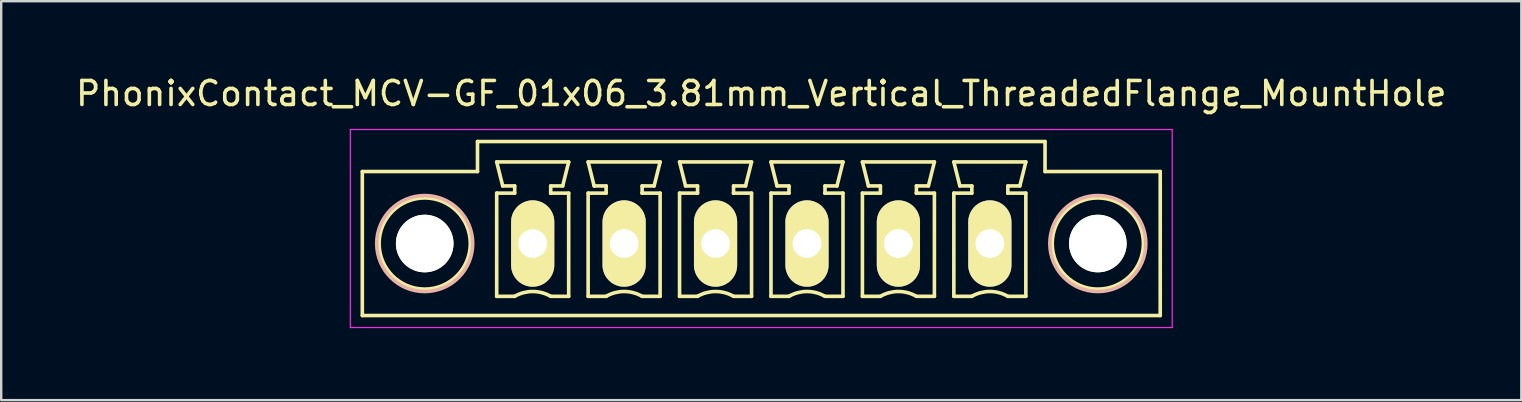
<source format=kicad_pcb>
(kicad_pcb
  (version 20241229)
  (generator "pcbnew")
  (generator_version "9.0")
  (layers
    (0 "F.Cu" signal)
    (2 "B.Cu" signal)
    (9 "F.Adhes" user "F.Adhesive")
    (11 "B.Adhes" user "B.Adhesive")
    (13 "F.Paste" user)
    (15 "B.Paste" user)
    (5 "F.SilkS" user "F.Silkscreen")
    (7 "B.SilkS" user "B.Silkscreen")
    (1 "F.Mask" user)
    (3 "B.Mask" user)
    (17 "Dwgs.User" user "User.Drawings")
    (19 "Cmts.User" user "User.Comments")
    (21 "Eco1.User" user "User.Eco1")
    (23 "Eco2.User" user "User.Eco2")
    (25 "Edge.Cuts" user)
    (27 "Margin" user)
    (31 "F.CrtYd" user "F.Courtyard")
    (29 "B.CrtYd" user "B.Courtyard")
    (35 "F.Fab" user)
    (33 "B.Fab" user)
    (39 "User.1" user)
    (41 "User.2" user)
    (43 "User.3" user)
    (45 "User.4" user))
  (footprint "PhonixContact_MCV-GF_01x06_3.81mm_Vertical_ThreadedFlange_MountHole"
    (layer "F.Cu")
    (at 19.148 7.098)
    (property "Reference" "PhonixContact_MCV-GF_01x06_3.81mm_Vertical_ThreadedFlange_MountHole" (at 9.525 -6.25 0) (layer "F.SilkS") (effects (font (size 1 1) (thickness 0.15))))
    (attr through_hole)
    (fp_line (start -7.1 -3) (end -7.1 3) (stroke (width 0.15) (type solid)) (layer "F.SilkS"))
    (fp_line (start -7.1 3) (end 26.15 3) (stroke (width 0.15) (type solid)) (layer "F.SilkS"))
    (fp_line (start -2.3 -4.25) (end -2.3 -3) (stroke (width 0.15) (type solid)) (layer "F.SilkS"))
    (fp_line (start -2.3 -3) (end -7.1 -3) (stroke (width 0.15) (type solid)) (layer "F.SilkS"))
    (fp_line (start -1.5 -3.4) (end 1.5 -3.4) (stroke (width 0.15) (type solid)) (layer "F.SilkS"))
    (fp_line (start -1.5 -2.1) (end -0.75 -2.1) (stroke (width 0.15) (type solid)) (layer "F.SilkS"))
    (fp_line (start -1.5 2.2) (end -1.5 -2.1) (stroke (width 0.15) (type solid)) (layer "F.SilkS"))
    (fp_line (start -1.25 -2.4) (end -1.5 -3.4) (stroke (width 0.15) (type solid)) (layer "F.SilkS"))
    (fp_line (start -0.75 -2.4) (end -1.25 -2.4) (stroke (width 0.15) (type solid)) (layer "F.SilkS"))
    (fp_line (start -0.75 -2.1) (end -0.75 -2.4) (stroke (width 0.15) (type solid)) (layer "F.SilkS"))
    (fp_line (start -0.75 2.2) (end -1.5 2.2) (stroke (width 0.15) (type solid)) (layer "F.SilkS"))
    (fp_line (start 0.75 -2.4) (end 0.75 -2.1) (stroke (width 0.15) (type solid)) (layer "F.SilkS"))
    (fp_line (start 0.75 -2.1) (end 0.75 -2.1) (stroke (width 0.15) (type solid)) (layer "F.SilkS"))
    (fp_line (start 0.75 -2.1) (end 1.5 -2.1) (stroke (width 0.15) (type solid)) (layer "F.SilkS"))
    (fp_line (start 1.25 -2.4) (end 0.75 -2.4) (stroke (width 0.15) (type solid)) (layer "F.SilkS"))
    (fp_line (start 1.5 -3.4) (end 1.25 -2.4) (stroke (width 0.15) (type solid)) (layer "F.SilkS"))
    (fp_line (start 1.5 -2.1) (end 1.5 2.2) (stroke (width 0.15) (type solid)) (layer "F.SilkS"))
    (fp_line (start 1.5 2.2) (end 0.75 2.2) (stroke (width 0.15) (type solid)) (layer "F.SilkS"))
    (fp_line (start 2.31 -3.4) (end 5.31 -3.4) (stroke (width 0.15) (type solid)) (layer "F.SilkS"))
    (fp_line (start 2.31 -2.1) (end 3.06 -2.1) (stroke (width 0.15) (type solid)) (layer "F.SilkS"))
    (fp_line (start 2.31 2.2) (end 2.31 -2.1) (stroke (width 0.15) (type solid)) (layer "F.SilkS"))
    (fp_line (start 2.56 -2.4) (end 2.31 -3.4) (stroke (width 0.15) (type solid)) (layer "F.SilkS"))
    (fp_line (start 3.06 -2.4) (end 2.56 -2.4) (stroke (width 0.15) (type solid)) (layer "F.SilkS"))
    (fp_line (start 3.06 -2.1) (end 3.06 -2.4) (stroke (width 0.15) (type solid)) (layer "F.SilkS"))
    (fp_line (start 3.06 2.2) (end 2.31 2.2) (stroke (width 0.15) (type solid)) (layer "F.SilkS"))
    (fp_line (start 4.56 -2.4) (end 4.56 -2.1) (stroke (width 0.15) (type solid)) (layer "F.SilkS"))
    (fp_line (start 4.56 -2.1) (end 4.56 -2.1) (stroke (width 0.15) (type solid)) (layer "F.SilkS"))
    (fp_line (start 4.56 -2.1) (end 5.31 -2.1) (stroke (width 0.15) (type solid)) (layer "F.SilkS"))
    (fp_line (start 5.06 -2.4) (end 4.56 -2.4) (stroke (width 0.15) (type solid)) (layer "F.SilkS"))
    (fp_line (start 5.31 -3.4) (end 5.06 -2.4) (stroke (width 0.15) (type solid)) (layer "F.SilkS"))
    (fp_line (start 5.31 -2.1) (end 5.31 2.2) (stroke (width 0.15) (type solid)) (layer "F.SilkS"))
    (fp_line (start 5.31 2.2) (end 4.56 2.2) (stroke (width 0.15) (type solid)) (layer "F.SilkS"))
    (fp_line (start 6.12 -3.4) (end 9.12 -3.4) (stroke (width 0.15) (type solid)) (layer "F.SilkS"))
    (fp_line (start 6.12 -2.1) (end 6.87 -2.1) (stroke (width 0.15) (type solid)) (layer "F.SilkS"))
    (fp_line (start 6.12 2.2) (end 6.12 -2.1) (stroke (width 0.15) (type solid)) (layer "F.SilkS"))
    (fp_line (start 6.37 -2.4) (end 6.12 -3.4) (stroke (width 0.15) (type solid)) (layer "F.SilkS"))
    (fp_line (start 6.87 -2.4) (end 6.37 -2.4) (stroke (width 0.15) (type solid)) (layer "F.SilkS"))
    (fp_line (start 6.87 -2.1) (end 6.87 -2.4) (stroke (width 0.15) (type solid)) (layer "F.SilkS"))
    (fp_line (start 6.87 2.2) (end 6.12 2.2) (stroke (width 0.15) (type solid)) (layer "F.SilkS"))
    (fp_line (start 8.37 -2.4) (end 8.37 -2.1) (stroke (width 0.15) (type solid)) (layer "F.SilkS"))
    (fp_line (start 8.37 -2.1) (end 8.37 -2.1) (stroke (width 0.15) (type solid)) (layer "F.SilkS"))
    (fp_line (start 8.37 -2.1) (end 9.12 -2.1) (stroke (width 0.15) (type solid)) (layer "F.SilkS"))
    (fp_line (start 8.87 -2.4) (end 8.37 -2.4) (stroke (width 0.15) (type solid)) (layer "F.SilkS"))
    (fp_line (start 9.12 -3.4) (end 8.87 -2.4) (stroke (width 0.15) (type solid)) (layer "F.SilkS"))
    (fp_line (start 9.12 -2.1) (end 9.12 2.2) (stroke (width 0.15) (type solid)) (layer "F.SilkS"))
    (fp_line (start 9.12 2.2) (end 8.37 2.2) (stroke (width 0.15) (type solid)) (layer "F.SilkS"))
    (fp_line (start 9.93 -3.4) (end 12.93 -3.4) (stroke (width 0.15) (type solid)) (layer "F.SilkS"))
    (fp_line (start 9.93 -2.1) (end 10.68 -2.1) (stroke (width 0.15) (type solid)) (layer "F.SilkS"))
    (fp_line (start 9.93 2.2) (end 9.93 -2.1) (stroke (width 0.15) (type solid)) (layer "F.SilkS"))
    (fp_line (start 10.18 -2.4) (end 9.93 -3.4) (stroke (width 0.15) (type solid)) (layer "F.SilkS"))
    (fp_line (start 10.68 -2.4) (end 10.18 -2.4) (stroke (width 0.15) (type solid)) (layer "F.SilkS"))
    (fp_line (start 10.68 -2.1) (end 10.68 -2.4) (stroke (width 0.15) (type solid)) (layer "F.SilkS"))
    (fp_line (start 10.68 2.2) (end 9.93 2.2) (stroke (width 0.15) (type solid)) (layer "F.SilkS"))
    (fp_line (start 12.18 -2.4) (end 12.18 -2.1) (stroke (width 0.15) (type solid)) (layer "F.SilkS"))
    (fp_line (start 12.18 -2.1) (end 12.18 -2.1) (stroke (width 0.15) (type solid)) (layer "F.SilkS"))
    (fp_line (start 12.18 -2.1) (end 12.93 -2.1) (stroke (width 0.15) (type solid)) (layer "F.SilkS"))
    (fp_line (start 12.68 -2.4) (end 12.18 -2.4) (stroke (width 0.15) (type solid)) (layer "F.SilkS"))
    (fp_line (start 12.93 -3.4) (end 12.68 -2.4) (stroke (width 0.15) (type solid)) (layer "F.SilkS"))
    (fp_line (start 12.93 -2.1) (end 12.93 2.2) (stroke (width 0.15) (type solid)) (layer "F.SilkS"))
    (fp_line (start 12.93 2.2) (end 12.18 2.2) (stroke (width 0.15) (type solid)) (layer "F.SilkS"))
    (fp_line (start 13.74 -3.4) (end 16.74 -3.4) (stroke (width 0.15) (type solid)) (layer "F.SilkS"))
    (fp_line (start 13.74 -2.1) (end 14.49 -2.1) (stroke (width 0.15) (type solid)) (layer "F.SilkS"))
    (fp_line (start 13.74 2.2) (end 13.74 -2.1) (stroke (width 0.15) (type solid)) (layer "F.SilkS"))
    (fp_line (start 13.99 -2.4) (end 13.74 -3.4) (stroke (width 0.15) (type solid)) (layer "F.SilkS"))
    (fp_line (start 14.49 -2.4) (end 13.99 -2.4) (stroke (width 0.15) (type solid)) (layer "F.SilkS"))
    (fp_line (start 14.49 -2.1) (end 14.49 -2.4) (stroke (width 0.15) (type solid)) (layer "F.SilkS"))
    (fp_line (start 14.49 2.2) (end 13.74 2.2) (stroke (width 0.15) (type solid)) (layer "F.SilkS"))
    (fp_line (start 15.99 -2.4) (end 15.99 -2.1) (stroke (width 0.15) (type solid)) (layer "F.SilkS"))
    (fp_line (start 15.99 -2.1) (end 15.99 -2.1) (stroke (width 0.15) (type solid)) (layer "F.SilkS"))
    (fp_line (start 15.99 -2.1) (end 16.74 -2.1) (stroke (width 0.15) (type solid)) (layer "F.SilkS"))
    (fp_line (start 16.49 -2.4) (end 15.99 -2.4) (stroke (width 0.15) (type solid)) (layer "F.SilkS"))
    (fp_line (start 16.74 -3.4) (end 16.49 -2.4) (stroke (width 0.15) (type solid)) (layer "F.SilkS"))
    (fp_line (start 16.74 -2.1) (end 16.74 2.2) (stroke (width 0.15) (type solid)) (layer "F.SilkS"))
    (fp_line (start 16.74 2.2) (end 15.99 2.2) (stroke (width 0.15) (type solid)) (layer "F.SilkS"))
    (fp_line (start 17.55 -3.4) (end 20.55 -3.4) (stroke (width 0.15) (type solid)) (layer "F.SilkS"))
    (fp_line (start 17.55 -2.1) (end 18.3 -2.1) (stroke (width 0.15) (type solid)) (layer "F.SilkS"))
    (fp_line (start 17.55 2.2) (end 17.55 -2.1) (stroke (width 0.15) (type solid)) (layer "F.SilkS"))
    (fp_line (start 17.8 -2.4) (end 17.55 -3.4) (stroke (width 0.15) (type solid)) (layer "F.SilkS"))
    (fp_line (start 18.3 -2.4) (end 17.8 -2.4) (stroke (width 0.15) (type solid)) (layer "F.SilkS"))
    (fp_line (start 18.3 -2.1) (end 18.3 -2.4) (stroke (width 0.15) (type solid)) (layer "F.SilkS"))
    (fp_line (start 18.3 2.2) (end 17.55 2.2) (stroke (width 0.15) (type solid)) (layer "F.SilkS"))
    (fp_line (start 19.8 -2.4) (end 19.8 -2.1) (stroke (width 0.15) (type solid)) (layer "F.SilkS"))
    (fp_line (start 19.8 -2.1) (end 19.8 -2.1) (stroke (width 0.15) (type solid)) (layer "F.SilkS"))
    (fp_line (start 19.8 -2.1) (end 20.55 -2.1) (stroke (width 0.15) (type solid)) (layer "F.SilkS"))
    (fp_line (start 20.3 -2.4) (end 19.8 -2.4) (stroke (width 0.15) (type solid)) (layer "F.SilkS"))
    (fp_line (start 20.55 -3.4) (end 20.3 -2.4) (stroke (width 0.15) (type solid)) (layer "F.SilkS"))
    (fp_line (start 20.55 -2.1) (end 20.55 2.2) (stroke (width 0.15) (type solid)) (layer "F.SilkS"))
    (fp_line (start 20.55 2.2) (end 19.8 2.2) (stroke (width 0.15) (type solid)) (layer "F.SilkS"))
    (fp_line (start 21.35 -4.25) (end -2.3 -4.25) (stroke (width 0.15) (type solid)) (layer "F.SilkS"))
    (fp_line (start 21.35 -3) (end 21.35 -4.25) (stroke (width 0.15) (type solid)) (layer "F.SilkS"))
    (fp_line (start 26.15 -3) (end 21.35 -3) (stroke (width 0.15) (type solid)) (layer "F.SilkS"))
    (fp_line (start 26.15 3) (end 26.15 -3) (stroke (width 0.15) (type solid)) (layer "F.SilkS"))
    (fp_arc (start -0.75 2.2) (mid -0.006068 1.999179) (end 0.739464 2.193978) (stroke (width 0.15) (type solid)) (layer "F.SilkS"))
    (fp_arc (start 3.06 2.2) (mid 3.803932 1.999179) (end 4.549464 2.193978) (stroke (width 0.15) (type solid)) (layer "F.SilkS"))
    (fp_arc (start 6.87 2.2) (mid 7.613932 1.999179) (end 8.359464 2.193978) (stroke (width 0.15) (type solid)) (layer "F.SilkS"))
    (fp_arc (start 10.68 2.2) (mid 11.423932 1.999179) (end 12.169464 2.193978) (stroke (width 0.15) (type solid)) (layer "F.SilkS"))
    (fp_arc (start 14.49 2.2) (mid 15.233932 1.999179) (end 15.979464 2.193978) (stroke (width 0.15) (type solid)) (layer "F.SilkS"))
    (fp_arc (start 18.3 2.2) (mid 19.043932 1.999179) (end 19.789464 2.193978) (stroke (width 0.15) (type solid)) (layer "F.SilkS"))
    (fp_circle (center -4.5 0) (end -2.6 0) (stroke (width 0.15) (type solid)) (fill no) (layer "F.SilkS"))
    (fp_circle (center 23.55 0) (end 25.45 0) (stroke (width 0.15) (type solid)) (fill no) (layer "F.SilkS"))
    (fp_circle (center -4.5 0) (end -2.5 0) (stroke (width 0.15) (type solid)) (fill no) (layer "B.SilkS"))
    (fp_circle (center 23.55 0) (end 25.55 0) (stroke (width 0.15) (type solid)) (fill no) (layer "B.SilkS"))
    (fp_line (start -7.6 -4.75) (end -7.6 3.5) (stroke (width 0.05) (type solid)) (layer "F.CrtYd"))
    (fp_line (start -7.6 3.5) (end 26.65 3.5) (stroke (width 0.05) (type solid)) (layer "F.CrtYd"))
    (fp_line (start 26.65 -4.75) (end -7.6 -4.75) (stroke (width 0.05) (type solid)) (layer "F.CrtYd"))
    (fp_line (start 26.65 3.5) (end 26.65 -4.75) (stroke (width 0.05) (type solid)) (layer "F.CrtYd"))
    (pad "" np_thru_hole circle (at -4.5 0) (size 2.4 2.4) (drill 2.4) (layers "*.Cu" "*.Mask" "F.SilkS"))
    (pad "" np_thru_hole circle (at 23.55 0) (size 2.4 2.4) (drill 2.4) (layers "*.Cu" "*.Mask" "F.SilkS"))
    (pad "1" thru_hole oval (at 0 0) (size 1.8 3.6) (drill 1.2) (layers "*.Cu" "*.Mask" "F.SilkS"))
    (pad "2" thru_hole oval (at 3.81 0) (size 1.8 3.6) (drill 1.2) (layers "*.Cu" "*.Mask" "F.SilkS"))
    (pad "3" thru_hole oval (at 7.62 0) (size 1.8 3.6) (drill 1.2) (layers "*.Cu" "*.Mask" "F.SilkS"))
    (pad "4" thru_hole oval (at 11.43 0) (size 1.8 3.6) (drill 1.2) (layers "*.Cu" "*.Mask" "F.SilkS"))
    (pad "5" thru_hole oval (at 15.24 0) (size 1.8 3.6) (drill 1.2) (layers "*.Cu" "*.Mask" "F.SilkS"))
    (pad "6" thru_hole oval (at 19.05 0) (size 1.8 3.6) (drill 1.2) (layers "*.Cu" "*.Mask" "F.SilkS")))
  (gr_rect
    (start -3 -3)
    (end 60.345 13.623)
    (stroke (width 0.1) (type default))
    (fill no)
    (layer "Edge.Cuts")))
</source>
